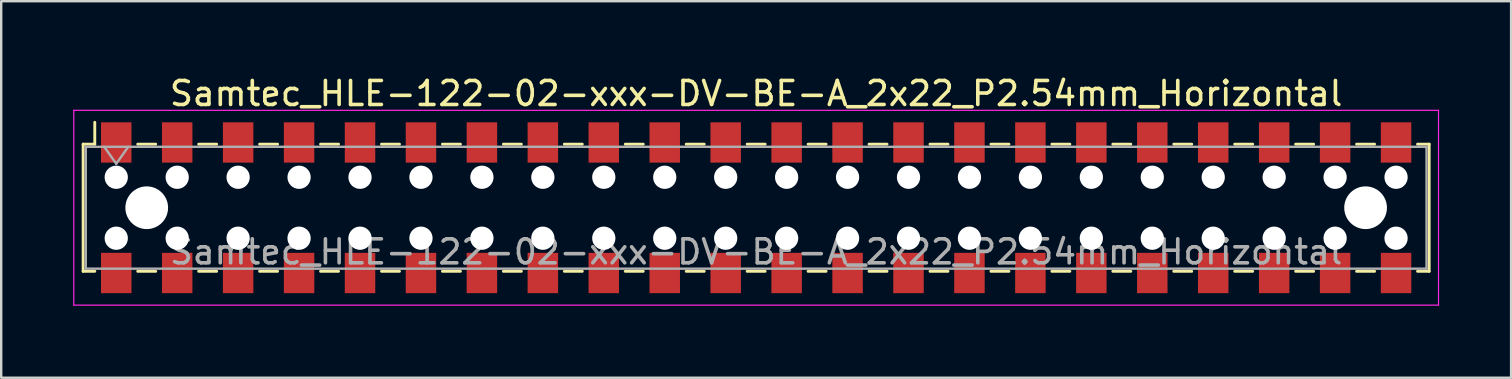
<source format=kicad_pcb>
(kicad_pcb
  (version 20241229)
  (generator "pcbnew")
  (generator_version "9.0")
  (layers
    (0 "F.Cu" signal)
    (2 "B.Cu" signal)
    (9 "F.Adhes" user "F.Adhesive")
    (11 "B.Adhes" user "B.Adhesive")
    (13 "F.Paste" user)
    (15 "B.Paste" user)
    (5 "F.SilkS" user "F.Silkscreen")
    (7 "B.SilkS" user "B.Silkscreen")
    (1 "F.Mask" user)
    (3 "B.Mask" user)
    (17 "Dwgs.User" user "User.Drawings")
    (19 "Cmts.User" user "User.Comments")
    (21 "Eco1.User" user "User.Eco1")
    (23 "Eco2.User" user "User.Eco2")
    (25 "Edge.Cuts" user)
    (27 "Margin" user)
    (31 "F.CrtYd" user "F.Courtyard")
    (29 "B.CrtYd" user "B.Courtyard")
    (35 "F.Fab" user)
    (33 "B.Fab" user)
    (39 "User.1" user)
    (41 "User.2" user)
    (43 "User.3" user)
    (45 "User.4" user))
  (footprint "Samtec_HLE-122-02-xxx-DV-BE-A_2x22_P2.54mm_Horizontal"
    (layer "F.Cu")
    (at 28.465 5.608)
    (property "Reference" "Samtec_HLE-122-02-xxx-DV-BE-A_2x22_P2.54mm_Horizontal" (at 0 -4.76 0) (layer "F.SilkS") (effects (font (size 1 1) (thickness 0.15))))
    (attr smd)
    (fp_line (start -28.05 -2.65) (end -28.05 2.65) (stroke (width 0.12) (type solid)) (layer "F.SilkS"))
    (fp_line (start -28.05 2.65) (end -27.565 2.65) (stroke (width 0.12) (type solid)) (layer "F.SilkS"))
    (fp_line (start -27.565 -3.56) (end -27.565 -2.65) (stroke (width 0.12) (type solid)) (layer "F.SilkS"))
    (fp_line (start -27.565 -2.65) (end -28.05 -2.65) (stroke (width 0.12) (type solid)) (layer "F.SilkS"))
    (fp_line (start -25.775 -2.65) (end -25.025 -2.65) (stroke (width 0.12) (type solid)) (layer "F.SilkS"))
    (fp_line (start -25.775 2.65) (end -25.025 2.65) (stroke (width 0.12) (type solid)) (layer "F.SilkS"))
    (fp_line (start -23.235 -2.65) (end -22.485 -2.65) (stroke (width 0.12) (type solid)) (layer "F.SilkS"))
    (fp_line (start -23.235 2.65) (end -22.485 2.65) (stroke (width 0.12) (type solid)) (layer "F.SilkS"))
    (fp_line (start -20.695 -2.65) (end -19.945 -2.65) (stroke (width 0.12) (type solid)) (layer "F.SilkS"))
    (fp_line (start -20.695 2.65) (end -19.945 2.65) (stroke (width 0.12) (type solid)) (layer "F.SilkS"))
    (fp_line (start -18.155 -2.65) (end -17.405 -2.65) (stroke (width 0.12) (type solid)) (layer "F.SilkS"))
    (fp_line (start -18.155 2.65) (end -17.405 2.65) (stroke (width 0.12) (type solid)) (layer "F.SilkS"))
    (fp_line (start -15.615 -2.65) (end -14.865 -2.65) (stroke (width 0.12) (type solid)) (layer "F.SilkS"))
    (fp_line (start -15.615 2.65) (end -14.865 2.65) (stroke (width 0.12) (type solid)) (layer "F.SilkS"))
    (fp_line (start -13.075 -2.65) (end -12.325 -2.65) (stroke (width 0.12) (type solid)) (layer "F.SilkS"))
    (fp_line (start -13.075 2.65) (end -12.325 2.65) (stroke (width 0.12) (type solid)) (layer "F.SilkS"))
    (fp_line (start -10.535 -2.65) (end -9.785 -2.65) (stroke (width 0.12) (type solid)) (layer "F.SilkS"))
    (fp_line (start -10.535 2.65) (end -9.785 2.65) (stroke (width 0.12) (type solid)) (layer "F.SilkS"))
    (fp_line (start -7.995 -2.65) (end -7.245 -2.65) (stroke (width 0.12) (type solid)) (layer "F.SilkS"))
    (fp_line (start -7.995 2.65) (end -7.245 2.65) (stroke (width 0.12) (type solid)) (layer "F.SilkS"))
    (fp_line (start -5.455 -2.65) (end -4.705 -2.65) (stroke (width 0.12) (type solid)) (layer "F.SilkS"))
    (fp_line (start -5.455 2.65) (end -4.705 2.65) (stroke (width 0.12) (type solid)) (layer "F.SilkS"))
    (fp_line (start -2.915 -2.65) (end -2.165 -2.65) (stroke (width 0.12) (type solid)) (layer "F.SilkS"))
    (fp_line (start -2.915 2.65) (end -2.165 2.65) (stroke (width 0.12) (type solid)) (layer "F.SilkS"))
    (fp_line (start -0.375 -2.65) (end 0.375 -2.65) (stroke (width 0.12) (type solid)) (layer "F.SilkS"))
    (fp_line (start -0.375 2.65) (end 0.375 2.65) (stroke (width 0.12) (type solid)) (layer "F.SilkS"))
    (fp_line (start 2.165 -2.65) (end 2.915 -2.65) (stroke (width 0.12) (type solid)) (layer "F.SilkS"))
    (fp_line (start 2.165 2.65) (end 2.915 2.65) (stroke (width 0.12) (type solid)) (layer "F.SilkS"))
    (fp_line (start 4.705 -2.65) (end 5.455 -2.65) (stroke (width 0.12) (type solid)) (layer "F.SilkS"))
    (fp_line (start 4.705 2.65) (end 5.455 2.65) (stroke (width 0.12) (type solid)) (layer "F.SilkS"))
    (fp_line (start 7.245 -2.65) (end 7.995 -2.65) (stroke (width 0.12) (type solid)) (layer "F.SilkS"))
    (fp_line (start 7.245 2.65) (end 7.995 2.65) (stroke (width 0.12) (type solid)) (layer "F.SilkS"))
    (fp_line (start 9.785 -2.65) (end 10.535 -2.65) (stroke (width 0.12) (type solid)) (layer "F.SilkS"))
    (fp_line (start 9.785 2.65) (end 10.535 2.65) (stroke (width 0.12) (type solid)) (layer "F.SilkS"))
    (fp_line (start 12.325 -2.65) (end 13.075 -2.65) (stroke (width 0.12) (type solid)) (layer "F.SilkS"))
    (fp_line (start 12.325 2.65) (end 13.075 2.65) (stroke (width 0.12) (type solid)) (layer "F.SilkS"))
    (fp_line (start 14.865 -2.65) (end 15.615 -2.65) (stroke (width 0.12) (type solid)) (layer "F.SilkS"))
    (fp_line (start 14.865 2.65) (end 15.615 2.65) (stroke (width 0.12) (type solid)) (layer "F.SilkS"))
    (fp_line (start 17.405 -2.65) (end 18.155 -2.65) (stroke (width 0.12) (type solid)) (layer "F.SilkS"))
    (fp_line (start 17.405 2.65) (end 18.155 2.65) (stroke (width 0.12) (type solid)) (layer "F.SilkS"))
    (fp_line (start 19.945 -2.65) (end 20.695 -2.65) (stroke (width 0.12) (type solid)) (layer "F.SilkS"))
    (fp_line (start 19.945 2.65) (end 20.695 2.65) (stroke (width 0.12) (type solid)) (layer "F.SilkS"))
    (fp_line (start 22.485 -2.65) (end 23.235 -2.65) (stroke (width 0.12) (type solid)) (layer "F.SilkS"))
    (fp_line (start 22.485 2.65) (end 23.235 2.65) (stroke (width 0.12) (type solid)) (layer "F.SilkS"))
    (fp_line (start 25.025 -2.65) (end 25.775 -2.65) (stroke (width 0.12) (type solid)) (layer "F.SilkS"))
    (fp_line (start 25.025 2.65) (end 25.775 2.65) (stroke (width 0.12) (type solid)) (layer "F.SilkS"))
    (fp_line (start 27.565 -2.65) (end 28.05 -2.65) (stroke (width 0.12) (type solid)) (layer "F.SilkS"))
    (fp_line (start 28.05 -2.65) (end 28.05 2.65) (stroke (width 0.12) (type solid)) (layer "F.SilkS"))
    (fp_line (start 28.05 2.65) (end 27.565 2.65) (stroke (width 0.12) (type solid)) (layer "F.SilkS"))
    (fp_line (start -28.44 -4.06) (end 28.44 -4.06) (stroke (width 0.05) (type solid)) (layer "F.CrtYd"))
    (fp_line (start -28.44 4.06) (end -28.44 -4.06) (stroke (width 0.05) (type solid)) (layer "F.CrtYd"))
    (fp_line (start 28.44 -4.06) (end 28.44 4.06) (stroke (width 0.05) (type solid)) (layer "F.CrtYd"))
    (fp_line (start 28.44 4.06) (end -28.44 4.06) (stroke (width 0.05) (type solid)) (layer "F.CrtYd"))
    (fp_line (start -27.94 -2.54) (end 27.94 -2.54) (stroke (width 0.1) (type solid)) (layer "F.Fab"))
    (fp_line (start -27.94 2.54) (end -27.94 -2.54) (stroke (width 0.1) (type solid)) (layer "F.Fab"))
    (fp_line (start -27.17 -2.54) (end -26.67 -1.833) (stroke (width 0.1) (type solid)) (layer "F.Fab"))
    (fp_line (start -26.67 -1.833) (end -26.17 -2.54) (stroke (width 0.1) (type solid)) (layer "F.Fab"))
    (fp_line (start 27.94 -2.54) (end 27.94 2.54) (stroke (width 0.1) (type solid)) (layer "F.Fab"))
    (fp_line (start 27.94 2.54) (end -27.94 2.54) (stroke (width 0.1) (type solid)) (layer "F.Fab"))
    (fp_text user "${REFERENCE}" (at 0 1.84 0) (layer "F.Fab") (effects (font (size 1 1) (thickness 0.15))))
    (pad "" np_thru_hole circle (at -26.67 -1.27) (size 0.97 0.97) (drill 0.97) (layers "*.Cu" "*.Mask"))
    (pad "" np_thru_hole circle (at -26.67 1.27) (size 0.97 0.97) (drill 0.97) (layers "*.Cu" "*.Mask"))
    (pad "" np_thru_hole circle (at -25.4 0) (size 1.78 1.78) (drill 1.78) (layers "*.Cu" "*.Mask"))
    (pad "" np_thru_hole circle (at -24.13 -1.27) (size 0.97 0.97) (drill 0.97) (layers "*.Cu" "*.Mask"))
    (pad "" np_thru_hole circle (at -24.13 1.27) (size 0.97 0.97) (drill 0.97) (layers "*.Cu" "*.Mask"))
    (pad "" np_thru_hole circle (at -21.59 -1.27) (size 0.97 0.97) (drill 0.97) (layers "*.Cu" "*.Mask"))
    (pad "" np_thru_hole circle (at -21.59 1.27) (size 0.97 0.97) (drill 0.97) (layers "*.Cu" "*.Mask"))
    (pad "" np_thru_hole circle (at -19.05 -1.27) (size 0.97 0.97) (drill 0.97) (layers "*.Cu" "*.Mask"))
    (pad "" np_thru_hole circle (at -19.05 1.27) (size 0.97 0.97) (drill 0.97) (layers "*.Cu" "*.Mask"))
    (pad "" np_thru_hole circle (at -16.51 -1.27) (size 0.97 0.97) (drill 0.97) (layers "*.Cu" "*.Mask"))
    (pad "" np_thru_hole circle (at -16.51 1.27) (size 0.97 0.97) (drill 0.97) (layers "*.Cu" "*.Mask"))
    (pad "" np_thru_hole circle (at -13.97 -1.27) (size 0.97 0.97) (drill 0.97) (layers "*.Cu" "*.Mask"))
    (pad "" np_thru_hole circle (at -13.97 1.27) (size 0.97 0.97) (drill 0.97) (layers "*.Cu" "*.Mask"))
    (pad "" np_thru_hole circle (at -11.43 -1.27) (size 0.97 0.97) (drill 0.97) (layers "*.Cu" "*.Mask"))
    (pad "" np_thru_hole circle (at -11.43 1.27) (size 0.97 0.97) (drill 0.97) (layers "*.Cu" "*.Mask"))
    (pad "" np_thru_hole circle (at -8.89 -1.27) (size 0.97 0.97) (drill 0.97) (layers "*.Cu" "*.Mask"))
    (pad "" np_thru_hole circle (at -8.89 1.27) (size 0.97 0.97) (drill 0.97) (layers "*.Cu" "*.Mask"))
    (pad "" np_thru_hole circle (at -6.35 -1.27) (size 0.97 0.97) (drill 0.97) (layers "*.Cu" "*.Mask"))
    (pad "" np_thru_hole circle (at -6.35 1.27) (size 0.97 0.97) (drill 0.97) (layers "*.Cu" "*.Mask"))
    (pad "" np_thru_hole circle (at -3.81 -1.27) (size 0.97 0.97) (drill 0.97) (layers "*.Cu" "*.Mask"))
    (pad "" np_thru_hole circle (at -3.81 1.27) (size 0.97 0.97) (drill 0.97) (layers "*.Cu" "*.Mask"))
    (pad "" np_thru_hole circle (at -1.27 -1.27) (size 0.97 0.97) (drill 0.97) (layers "*.Cu" "*.Mask"))
    (pad "" np_thru_hole circle (at -1.27 1.27) (size 0.97 0.97) (drill 0.97) (layers "*.Cu" "*.Mask"))
    (pad "" np_thru_hole circle (at 1.27 -1.27) (size 0.97 0.97) (drill 0.97) (layers "*.Cu" "*.Mask"))
    (pad "" np_thru_hole circle (at 1.27 1.27) (size 0.97 0.97) (drill 0.97) (layers "*.Cu" "*.Mask"))
    (pad "" np_thru_hole circle (at 3.81 -1.27) (size 0.97 0.97) (drill 0.97) (layers "*.Cu" "*.Mask"))
    (pad "" np_thru_hole circle (at 3.81 1.27) (size 0.97 0.97) (drill 0.97) (layers "*.Cu" "*.Mask"))
    (pad "" np_thru_hole circle (at 6.35 -1.27) (size 0.97 0.97) (drill 0.97) (layers "*.Cu" "*.Mask"))
    (pad "" np_thru_hole circle (at 6.35 1.27) (size 0.97 0.97) (drill 0.97) (layers "*.Cu" "*.Mask"))
    (pad "" np_thru_hole circle (at 8.89 -1.27) (size 0.97 0.97) (drill 0.97) (layers "*.Cu" "*.Mask"))
    (pad "" np_thru_hole circle (at 8.89 1.27) (size 0.97 0.97) (drill 0.97) (layers "*.Cu" "*.Mask"))
    (pad "" np_thru_hole circle (at 11.43 -1.27) (size 0.97 0.97) (drill 0.97) (layers "*.Cu" "*.Mask"))
    (pad "" np_thru_hole circle (at 11.43 1.27) (size 0.97 0.97) (drill 0.97) (layers "*.Cu" "*.Mask"))
    (pad "" np_thru_hole circle (at 13.97 -1.27) (size 0.97 0.97) (drill 0.97) (layers "*.Cu" "*.Mask"))
    (pad "" np_thru_hole circle (at 13.97 1.27) (size 0.97 0.97) (drill 0.97) (layers "*.Cu" "*.Mask"))
    (pad "" np_thru_hole circle (at 16.51 -1.27) (size 0.97 0.97) (drill 0.97) (layers "*.Cu" "*.Mask"))
    (pad "" np_thru_hole circle (at 16.51 1.27) (size 0.97 0.97) (drill 0.97) (layers "*.Cu" "*.Mask"))
    (pad "" np_thru_hole circle (at 19.05 -1.27) (size 0.97 0.97) (drill 0.97) (layers "*.Cu" "*.Mask"))
    (pad "" np_thru_hole circle (at 19.05 1.27) (size 0.97 0.97) (drill 0.97) (layers "*.Cu" "*.Mask"))
    (pad "" np_thru_hole circle (at 21.59 -1.27) (size 0.97 0.97) (drill 0.97) (layers "*.Cu" "*.Mask"))
    (pad "" np_thru_hole circle (at 21.59 1.27) (size 0.97 0.97) (drill 0.97) (layers "*.Cu" "*.Mask"))
    (pad "" np_thru_hole circle (at 24.13 -1.27) (size 0.97 0.97) (drill 0.97) (layers "*.Cu" "*.Mask"))
    (pad "" np_thru_hole circle (at 24.13 1.27) (size 0.97 0.97) (drill 0.97) (layers "*.Cu" "*.Mask"))
    (pad "" np_thru_hole circle (at 25.4 0) (size 1.78 1.78) (drill 1.78) (layers "*.Cu" "*.Mask"))
    (pad "" np_thru_hole circle (at 26.67 -1.27) (size 0.97 0.97) (drill 0.97) (layers "*.Cu" "*.Mask"))
    (pad "" np_thru_hole circle (at 26.67 1.27) (size 0.97 0.97) (drill 0.97) (layers "*.Cu" "*.Mask"))
    (pad "1" smd rect (at -26.67 -2.72) (size 1.27 1.68) (layers "F.Cu" "F.Mask" "F.Paste"))
    (pad "2" smd rect (at -26.67 2.72) (size 1.27 1.68) (layers "F.Cu" "F.Mask" "F.Paste"))
    (pad "3" smd rect (at -24.13 -2.72) (size 1.27 1.68) (layers "F.Cu" "F.Mask" "F.Paste"))
    (pad "4" smd rect (at -24.13 2.72) (size 1.27 1.68) (layers "F.Cu" "F.Mask" "F.Paste"))
    (pad "5" smd rect (at -21.59 -2.72) (size 1.27 1.68) (layers "F.Cu" "F.Mask" "F.Paste"))
    (pad "6" smd rect (at -21.59 2.72) (size 1.27 1.68) (layers "F.Cu" "F.Mask" "F.Paste"))
    (pad "7" smd rect (at -19.05 -2.72) (size 1.27 1.68) (layers "F.Cu" "F.Mask" "F.Paste"))
    (pad "8" smd rect (at -19.05 2.72) (size 1.27 1.68) (layers "F.Cu" "F.Mask" "F.Paste"))
    (pad "9" smd rect (at -16.51 -2.72) (size 1.27 1.68) (layers "F.Cu" "F.Mask" "F.Paste"))
    (pad "10" smd rect (at -16.51 2.72) (size 1.27 1.68) (layers "F.Cu" "F.Mask" "F.Paste"))
    (pad "11" smd rect (at -13.97 -2.72) (size 1.27 1.68) (layers "F.Cu" "F.Mask" "F.Paste"))
    (pad "12" smd rect (at -13.97 2.72) (size 1.27 1.68) (layers "F.Cu" "F.Mask" "F.Paste"))
    (pad "13" smd rect (at -11.43 -2.72) (size 1.27 1.68) (layers "F.Cu" "F.Mask" "F.Paste"))
    (pad "14" smd rect (at -11.43 2.72) (size 1.27 1.68) (layers "F.Cu" "F.Mask" "F.Paste"))
    (pad "15" smd rect (at -8.89 -2.72) (size 1.27 1.68) (layers "F.Cu" "F.Mask" "F.Paste"))
    (pad "16" smd rect (at -8.89 2.72) (size 1.27 1.68) (layers "F.Cu" "F.Mask" "F.Paste"))
    (pad "17" smd rect (at -6.35 -2.72) (size 1.27 1.68) (layers "F.Cu" "F.Mask" "F.Paste"))
    (pad "18" smd rect (at -6.35 2.72) (size 1.27 1.68) (layers "F.Cu" "F.Mask" "F.Paste"))
    (pad "19" smd rect (at -3.81 -2.72) (size 1.27 1.68) (layers "F.Cu" "F.Mask" "F.Paste"))
    (pad "20" smd rect (at -3.81 2.72) (size 1.27 1.68) (layers "F.Cu" "F.Mask" "F.Paste"))
    (pad "21" smd rect (at -1.27 -2.72) (size 1.27 1.68) (layers "F.Cu" "F.Mask" "F.Paste"))
    (pad "22" smd rect (at -1.27 2.72) (size 1.27 1.68) (layers "F.Cu" "F.Mask" "F.Paste"))
    (pad "23" smd rect (at 1.27 -2.72) (size 1.27 1.68) (layers "F.Cu" "F.Mask" "F.Paste"))
    (pad "24" smd rect (at 1.27 2.72) (size 1.27 1.68) (layers "F.Cu" "F.Mask" "F.Paste"))
    (pad "25" smd rect (at 3.81 -2.72) (size 1.27 1.68) (layers "F.Cu" "F.Mask" "F.Paste"))
    (pad "26" smd rect (at 3.81 2.72) (size 1.27 1.68) (layers "F.Cu" "F.Mask" "F.Paste"))
    (pad "27" smd rect (at 6.35 -2.72) (size 1.27 1.68) (layers "F.Cu" "F.Mask" "F.Paste"))
    (pad "28" smd rect (at 6.35 2.72) (size 1.27 1.68) (layers "F.Cu" "F.Mask" "F.Paste"))
    (pad "29" smd rect (at 8.89 -2.72) (size 1.27 1.68) (layers "F.Cu" "F.Mask" "F.Paste"))
    (pad "30" smd rect (at 8.89 2.72) (size 1.27 1.68) (layers "F.Cu" "F.Mask" "F.Paste"))
    (pad "31" smd rect (at 11.43 -2.72) (size 1.27 1.68) (layers "F.Cu" "F.Mask" "F.Paste"))
    (pad "32" smd rect (at 11.43 2.72) (size 1.27 1.68) (layers "F.Cu" "F.Mask" "F.Paste"))
    (pad "33" smd rect (at 13.97 -2.72) (size 1.27 1.68) (layers "F.Cu" "F.Mask" "F.Paste"))
    (pad "34" smd rect (at 13.97 2.72) (size 1.27 1.68) (layers "F.Cu" "F.Mask" "F.Paste"))
    (pad "35" smd rect (at 16.51 -2.72) (size 1.27 1.68) (layers "F.Cu" "F.Mask" "F.Paste"))
    (pad "36" smd rect (at 16.51 2.72) (size 1.27 1.68) (layers "F.Cu" "F.Mask" "F.Paste"))
    (pad "37" smd rect (at 19.05 -2.72) (size 1.27 1.68) (layers "F.Cu" "F.Mask" "F.Paste"))
    (pad "38" smd rect (at 19.05 2.72) (size 1.27 1.68) (layers "F.Cu" "F.Mask" "F.Paste"))
    (pad "39" smd rect (at 21.59 -2.72) (size 1.27 1.68) (layers "F.Cu" "F.Mask" "F.Paste"))
    (pad "40" smd rect (at 21.59 2.72) (size 1.27 1.68) (layers "F.Cu" "F.Mask" "F.Paste"))
    (pad "41" smd rect (at 24.13 -2.72) (size 1.27 1.68) (layers "F.Cu" "F.Mask" "F.Paste"))
    (pad "42" smd rect (at 24.13 2.72) (size 1.27 1.68) (layers "F.Cu" "F.Mask" "F.Paste"))
    (pad "43" smd rect (at 26.67 -2.72) (size 1.27 1.68) (layers "F.Cu" "F.Mask" "F.Paste"))
    (pad "44" smd rect (at 26.67 2.72) (size 1.27 1.68) (layers "F.Cu" "F.Mask" "F.Paste")))
  (gr_rect
    (start -3 -3)
    (end 59.93 12.693)
    (stroke (width 0.1) (type default))
    (fill no)
    (layer "Edge.Cuts")))
</source>
